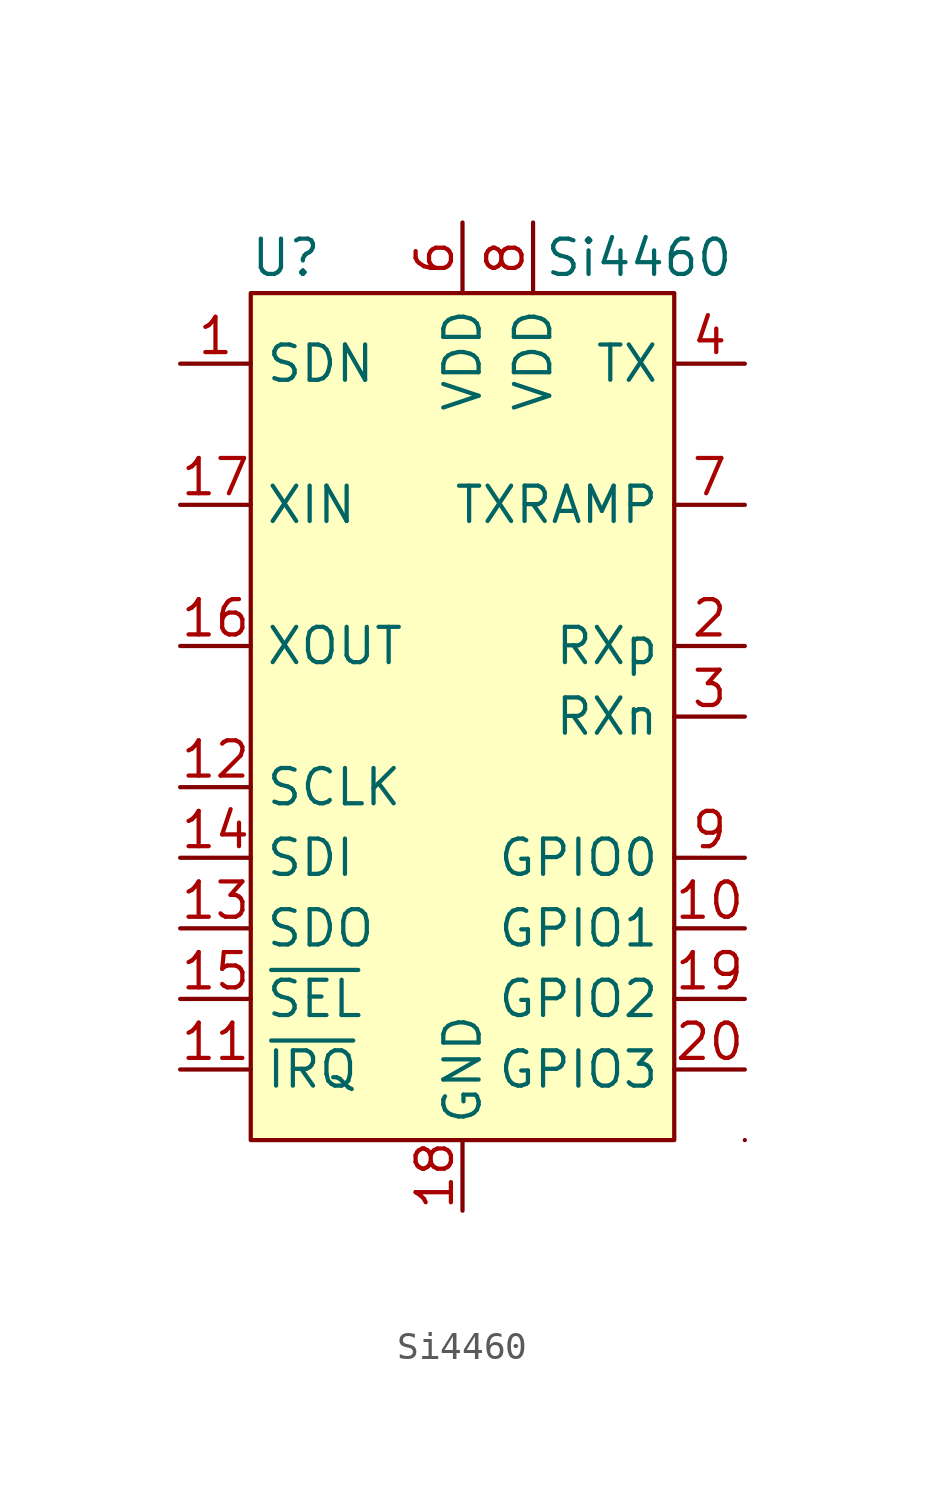
<source format=kicad_sym>
(kicad_symbol_lib
  (version 20211014)
  (generator kicad_symbol_editor)
  (symbol "Si4460"
    (property "Reference" "U"
      (at -6.35 16.51 0)
      (effects (font (size 1.27 1.27))))
    (property "Value" "Si4460"
      (at 6.35 16.51 0)
      (effects (font (size 1.27 1.27))))
    (symbol "Si4460_0_1"
      (rectangle (start -7.62 15.24) (end 7.62 -15.24) (stroke (width 0) (type default) (color 0 0 0 0)) (fill (type background)))
      (rectangle (start 10.16 -15.24) (end 10.16 -15.24) (stroke (width 0) (type default) (color 0 0 0 0)) (fill (type none))))
    (symbol "Si4460_1_1"
      (pin input line (at -10.16 12.7 0) (length 2.54) (name "SDN" (effects (font (size 1.27 1.27)))) (number "1" (effects (font (size 1.27 1.27)))))
      (pin bidirectional line (at 10.16 -7.62 180) (length 2.54) (name "GPIO1" (effects (font (size 1.27 1.27)))) (number "10" (effects (font (size 1.27 1.27)))))
      (pin open_collector line (at -10.16 -12.7 0) (length 2.54) (name "~{IRQ}" (effects (font (size 1.27 1.27)))) (number "11" (effects (font (size 1.27 1.27)))))
      (pin input line (at -10.16 -2.54 0) (length 2.54) (name "SCLK" (effects (font (size 1.27 1.27)))) (number "12" (effects (font (size 1.27 1.27)))))
      (pin output line (at -10.16 -7.62 0) (length 2.54) (name "SDO" (effects (font (size 1.27 1.27)))) (number "13" (effects (font (size 1.27 1.27)))))
      (pin input line (at -10.16 -5.08 0) (length 2.54) (name "SDI" (effects (font (size 1.27 1.27)))) (number "14" (effects (font (size 1.27 1.27)))))
      (pin input line (at -10.16 -10.16 0) (length 2.54) (name "~{SEL}" (effects (font (size 1.27 1.27)))) (number "15" (effects (font (size 1.27 1.27)))))
      (pin passive line (at -10.16 2.54 0) (length 2.54) (name "XOUT" (effects (font (size 1.27 1.27)))) (number "16" (effects (font (size 1.27 1.27)))))
      (pin input line (at -10.16 7.62 0) (length 2.54) (name "XIN" (effects (font (size 1.27 1.27)))) (number "17" (effects (font (size 1.27 1.27)))))
      (pin power_in line (at 0 -17.78 90) (length 2.54) (name "GND" (effects (font (size 1.27 1.27)))) (number "18" (effects (font (size 1.27 1.27)))))
      (pin bidirectional line (at 10.16 -10.16 180) (length 2.54) (name "GPIO2" (effects (font (size 1.27 1.27)))) (number "19" (effects (font (size 1.27 1.27)))))
      (pin input line (at 10.16 2.54 180) (length 2.54) (name "RXp" (effects (font (size 1.27 1.27)))) (number "2" (effects (font (size 1.27 1.27)))))
      (pin bidirectional line (at 10.16 -12.7 180) (length 2.54) (name "GPIO3" (effects (font (size 1.27 1.27)))) (number "20" (effects (font (size 1.27 1.27)))))
      (pin passive line (at 0 -17.78 90) (length 2.54) hide (name "GND" (effects (font (size 1.27 1.27)))) (number "21" (effects (font (size 1.27 1.27)))))
      (pin input line (at 10.16 0 180) (length 2.54) (name "RXn" (effects (font (size 1.27 1.27)))) (number "3" (effects (font (size 1.27 1.27)))))
      (pin output line (at 10.16 12.7 180) (length 2.54) (name "TX" (effects (font (size 1.27 1.27)))) (number "4" (effects (font (size 1.27 1.27)))))
      (pin no_connect line (at 7.62 -15.24 180) (length 2.54) hide (name "NC" (effects (font (size 1.27 1.27)))) (number "5" (effects (font (size 1.27 1.27)))))
      (pin power_in line (at 0 17.78 270) (length 2.54) (name "VDD" (effects (font (size 1.27 1.27)))) (number "6" (effects (font (size 1.27 1.27)))))
      (pin output line (at 10.16 7.62 180) (length 2.54) (name "TXRAMP" (effects (font (size 1.27 1.27)))) (number "7" (effects (font (size 1.27 1.27)))))
      (pin power_in line (at 2.54 17.78 270) (length 2.54) (name "VDD" (effects (font (size 1.27 1.27)))) (number "8" (effects (font (size 1.27 1.27)))))
      (pin bidirectional line (at 10.16 -5.08 180) (length 2.54) (name "GPIO0" (effects (font (size 1.27 1.27)))) (number "9" (effects (font (size 1.27 1.27))))))))
</source>
